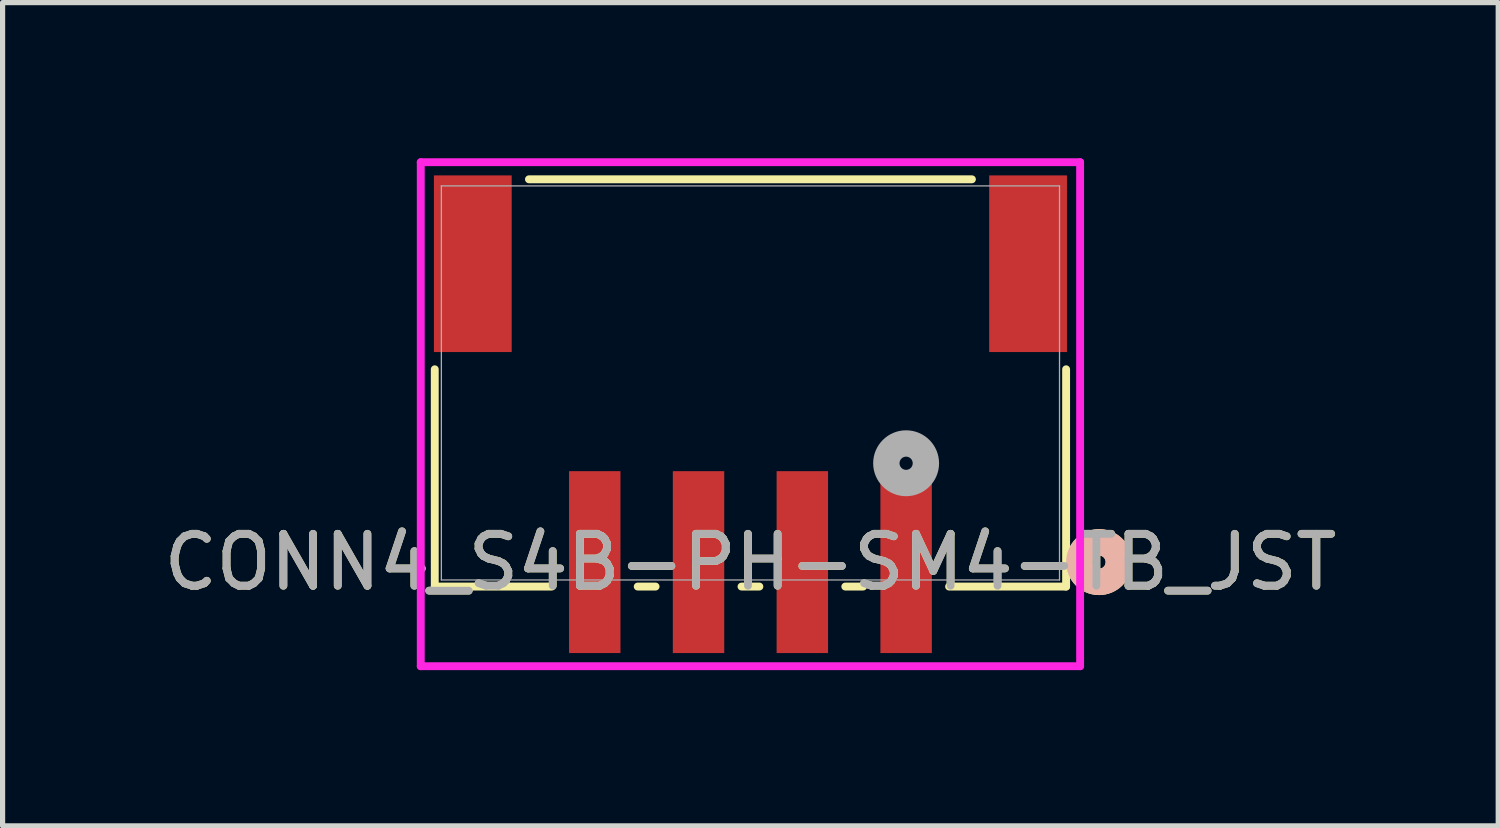
<source format=kicad_pcb>
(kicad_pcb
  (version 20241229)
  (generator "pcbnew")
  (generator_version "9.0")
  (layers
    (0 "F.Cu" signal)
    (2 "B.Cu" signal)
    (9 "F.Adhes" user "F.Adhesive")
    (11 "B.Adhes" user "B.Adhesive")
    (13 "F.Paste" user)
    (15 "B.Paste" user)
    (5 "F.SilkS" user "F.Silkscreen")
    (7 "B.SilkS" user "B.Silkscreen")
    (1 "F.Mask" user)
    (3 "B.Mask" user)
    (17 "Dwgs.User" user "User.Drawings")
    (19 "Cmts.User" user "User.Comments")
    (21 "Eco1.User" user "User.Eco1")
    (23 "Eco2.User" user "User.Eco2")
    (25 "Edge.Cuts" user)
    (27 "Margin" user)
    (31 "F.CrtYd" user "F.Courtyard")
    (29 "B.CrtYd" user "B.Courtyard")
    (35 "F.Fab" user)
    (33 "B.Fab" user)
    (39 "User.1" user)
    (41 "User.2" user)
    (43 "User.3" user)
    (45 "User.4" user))
  (footprint "CONN4_S4B-PH-SM4-TB_JST"
    (layer "F.Cu")
    (at 11.411 4.329)
    (property "Reference" "CONN4_S4B-PH-SM4-TB_JST" (at 0 3.453 0) (unlocked yes) (layer "F.SilkS") (effects (font (size 1 1) (thickness 0.15))))
    (attr smd)
    (fp_line (start -6.083 -0.263) (end -6.083 3.924) (stroke (width 0.152) (type solid)) (layer "F.SilkS"))
    (fp_line (start -6.083 3.924) (end -3.828 3.924) (stroke (width 0.152) (type solid)) (layer "F.SilkS"))
    (fp_line (start -2.172 3.924) (end -1.828 3.924) (stroke (width 0.152) (type solid)) (layer "F.SilkS"))
    (fp_line (start -0.172 3.924) (end 0.172 3.924) (stroke (width 0.152) (type solid)) (layer "F.SilkS"))
    (fp_line (start 1.828 3.924) (end 2.172 3.924) (stroke (width 0.152) (type solid)) (layer "F.SilkS"))
    (fp_line (start 3.828 3.924) (end 6.083 3.924) (stroke (width 0.152) (type solid)) (layer "F.SilkS"))
    (fp_line (start 4.268 -3.924) (end -4.268 -3.924) (stroke (width 0.152) (type solid)) (layer "F.SilkS"))
    (fp_line (start 6.083 3.924) (end 6.083 -0.263) (stroke (width 0.152) (type solid)) (layer "F.SilkS"))
    (fp_circle (center 6.718 3.453) (end 7.099 3.453) (stroke (width 0.508) (type solid)) (fill no) (layer "F.SilkS"))
    (fp_circle (center 6.718 3.453) (end 7.099 3.453) (stroke (width 0.508) (type solid)) (fill no) (layer "B.SilkS"))
    (fp_line (start -6.353 -4.253) (end -6.353 5.459) (stroke (width 0.152) (type solid)) (layer "F.CrtYd"))
    (fp_line (start -6.353 5.459) (end 6.353 5.459) (stroke (width 0.152) (type solid)) (layer "F.CrtYd"))
    (fp_line (start 6.353 -4.253) (end -6.353 -4.253) (stroke (width 0.152) (type solid)) (layer "F.CrtYd"))
    (fp_line (start 6.353 5.459) (end 6.353 -4.253) (stroke (width 0.152) (type solid)) (layer "F.CrtYd"))
    (fp_line (start -5.956 -3.797) (end -5.956 3.797) (stroke (width 0.025) (type solid)) (layer "F.Fab"))
    (fp_line (start -5.956 3.797) (end 5.956 3.797) (stroke (width 0.025) (type solid)) (layer "F.Fab"))
    (fp_line (start 5.956 -3.797) (end -5.956 -3.797) (stroke (width 0.025) (type solid)) (layer "F.Fab"))
    (fp_line (start 5.956 3.797) (end 5.956 -3.797) (stroke (width 0.025) (type solid)) (layer "F.Fab"))
    (fp_circle (center 3 1.548) (end 3.381 1.548) (stroke (width 0.508) (type solid)) (fill no) (layer "F.Fab"))
    (fp_text user "${REFERENCE}" (at 0 3.453 0) (unlocked yes) (layer "F.Fab") (effects (font (size 1 1) (thickness 0.15))))
    (pad "1" smd rect (at 3 3.453) (size 0.991 3.505) (layers "F.Cu" "F.Mask" "F.Paste"))
    (pad "2" smd rect (at 1 3.453) (size 0.991 3.505) (layers "F.Cu" "F.Mask" "F.Paste"))
    (pad "3" smd rect (at -1 3.453) (size 0.991 3.505) (layers "F.Cu" "F.Mask" "F.Paste"))
    (pad "4" smd rect (at -3 3.453) (size 0.991 3.505) (layers "F.Cu" "F.Mask" "F.Paste"))
    (pad "5" smd rect (at -5.35 -2.297) (size 1.499 3.404) (layers "F.Cu" "F.Mask" "F.Paste"))
    (pad "6" smd rect (at 5.35 -2.297) (size 1.499 3.404) (layers "F.Cu" "F.Mask" "F.Paste")))
  (gr_rect
    (start -3 -3)
    (end 25.821 12.865)
    (stroke (width 0.1) (type default))
    (fill no)
    (layer "Edge.Cuts")))
</source>
